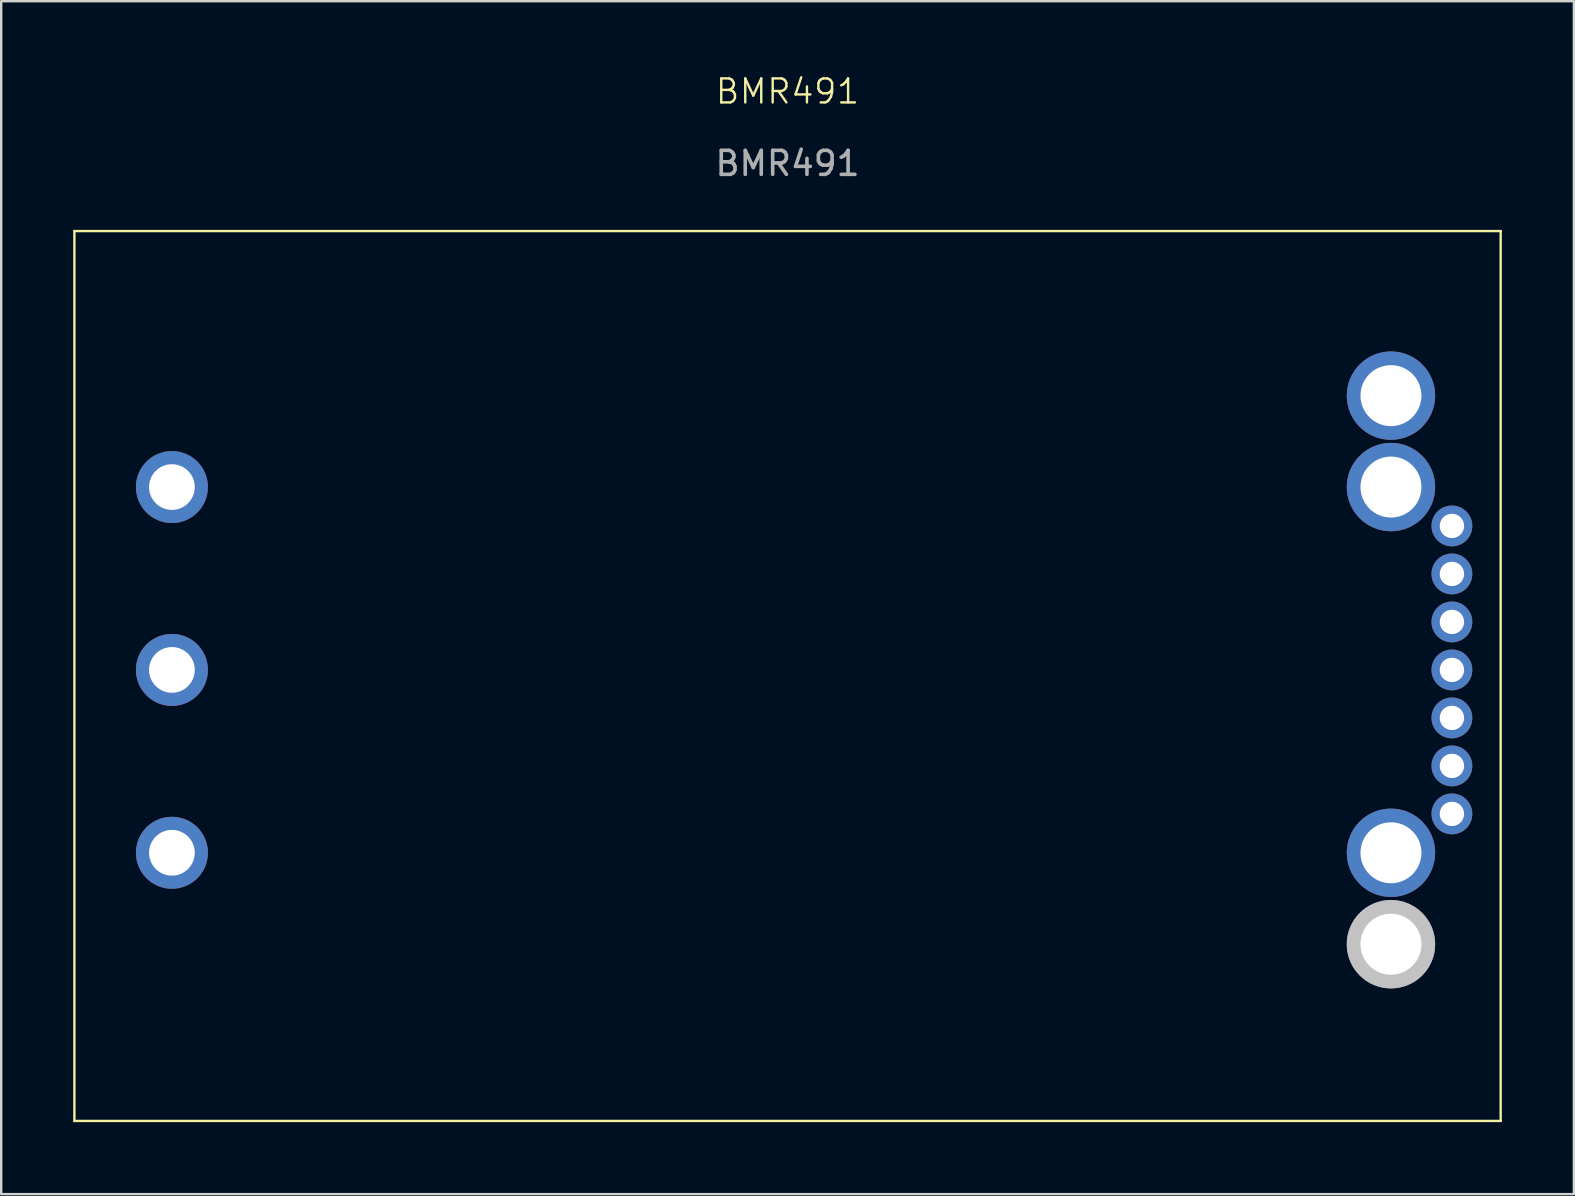
<source format=kicad_pcb>
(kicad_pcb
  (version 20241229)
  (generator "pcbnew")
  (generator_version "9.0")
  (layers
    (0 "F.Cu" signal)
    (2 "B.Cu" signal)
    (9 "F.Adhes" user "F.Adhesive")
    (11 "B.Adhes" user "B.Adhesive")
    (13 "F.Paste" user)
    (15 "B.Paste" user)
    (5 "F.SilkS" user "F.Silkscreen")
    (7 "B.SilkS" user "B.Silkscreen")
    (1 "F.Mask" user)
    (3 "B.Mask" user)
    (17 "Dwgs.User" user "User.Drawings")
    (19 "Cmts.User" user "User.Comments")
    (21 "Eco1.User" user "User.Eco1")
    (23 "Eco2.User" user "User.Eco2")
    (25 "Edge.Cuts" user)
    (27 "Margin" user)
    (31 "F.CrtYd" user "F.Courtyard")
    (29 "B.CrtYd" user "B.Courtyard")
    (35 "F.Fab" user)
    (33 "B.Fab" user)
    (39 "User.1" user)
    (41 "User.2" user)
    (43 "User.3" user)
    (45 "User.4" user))
  (footprint "BMR491"
    (layer "F.Cu")
    (at 29.514 5.793)
    (property "Reference" "BMR491" (at 0.254 -5.032 0) (unlocked yes) (layer "F.SilkS") (effects (font (size 1 1) (thickness 0.1))))
    (attr through_hole)
    (fp_line (start -29.464 0.786) (end 29.972 0.786) (stroke (width 0.1) (type default)) (layer "F.SilkS"))
    (fp_line (start -29.464 37.87) (end -29.464 0.786) (stroke (width 0.1) (type default)) (layer "F.SilkS"))
    (fp_line (start 29.972 0.786) (end 29.972 37.87) (stroke (width 0.1) (type default)) (layer "F.SilkS"))
    (fp_line (start 29.972 37.87) (end -29.464 37.87) (stroke (width 0.1) (type default)) (layer "F.SilkS"))
    (fp_text user "${REFERENCE}" (at 0.254 -2.032 0) (unlocked yes) (layer "F.Fab") (effects (font (size 1 1) (thickness 0.15))))
    (pad "1" thru_hole circle (at -25.4 11.454) (size 3 3) (drill 1.905) (layers "*.Cu" "*.Mask"))
    (pad "2" thru_hole circle (at -25.4 19.074) (size 3 3) (drill 1.905) (layers "*.Cu" "*.Mask"))
    (pad "3" thru_hole circle (at -25.4 26.694) (size 3 3) (drill 1.905) (layers "*.Cu" "*.Mask"))
    (pad "4" thru_hole circle (at 25.4 30.504) (size 3.683 3.683) (drill 2.54) (layers "*.Cu" "*.Mask" "Dwgs.User"))
    (pad "5" thru_hole circle (at 25.4 26.694) (size 3.683 3.683) (drill 2.54) (layers "*.Cu" "*.Mask" "B.Paste"))
    (pad "7" thru_hole circle (at 25.4 11.454) (size 3.683 3.683) (drill 2.54) (layers "*.Cu" "*.Mask"))
    (pad "8" thru_hole circle (at 25.4 7.644) (size 3.683 3.683) (drill 2.54) (layers "*.Cu" "*.Mask"))
    (pad "9" thru_hole circle (at 27.94 25.074) (size 1.7 1.7) (drill 1.016) (layers "*.Cu" "*.Mask"))
    (pad "10" thru_hole circle (at 27.94 23.074) (size 1.7 1.7) (drill 1.016) (layers "*.Cu" "*.Mask"))
    (pad "11" thru_hole circle (at 27.94 21.074) (size 1.7 1.7) (drill 1.016) (layers "*.Cu" "*.Mask"))
    (pad "12" thru_hole circle (at 27.94 19.074) (size 1.7 1.7) (drill 1.016) (layers "*.Cu" "*.Mask"))
    (pad "13" thru_hole circle (at 27.94 17.074) (size 1.7 1.7) (drill 1.016) (layers "*.Cu" "*.Mask"))
    (pad "14" thru_hole circle (at 27.94 15.074) (size 1.7 1.7) (drill 1.016) (layers "*.Cu" "*.Mask"))
    (pad "15" thru_hole circle (at 27.94 13.074) (size 1.7 1.7) (drill 1.016) (layers "*.Cu" "*.Mask")))
  (gr_rect
    (start -3 -3)
    (end 62.536 46.712)
    (stroke (width 0.1) (type default))
    (fill no)
    (layer "Edge.Cuts")))
</source>
